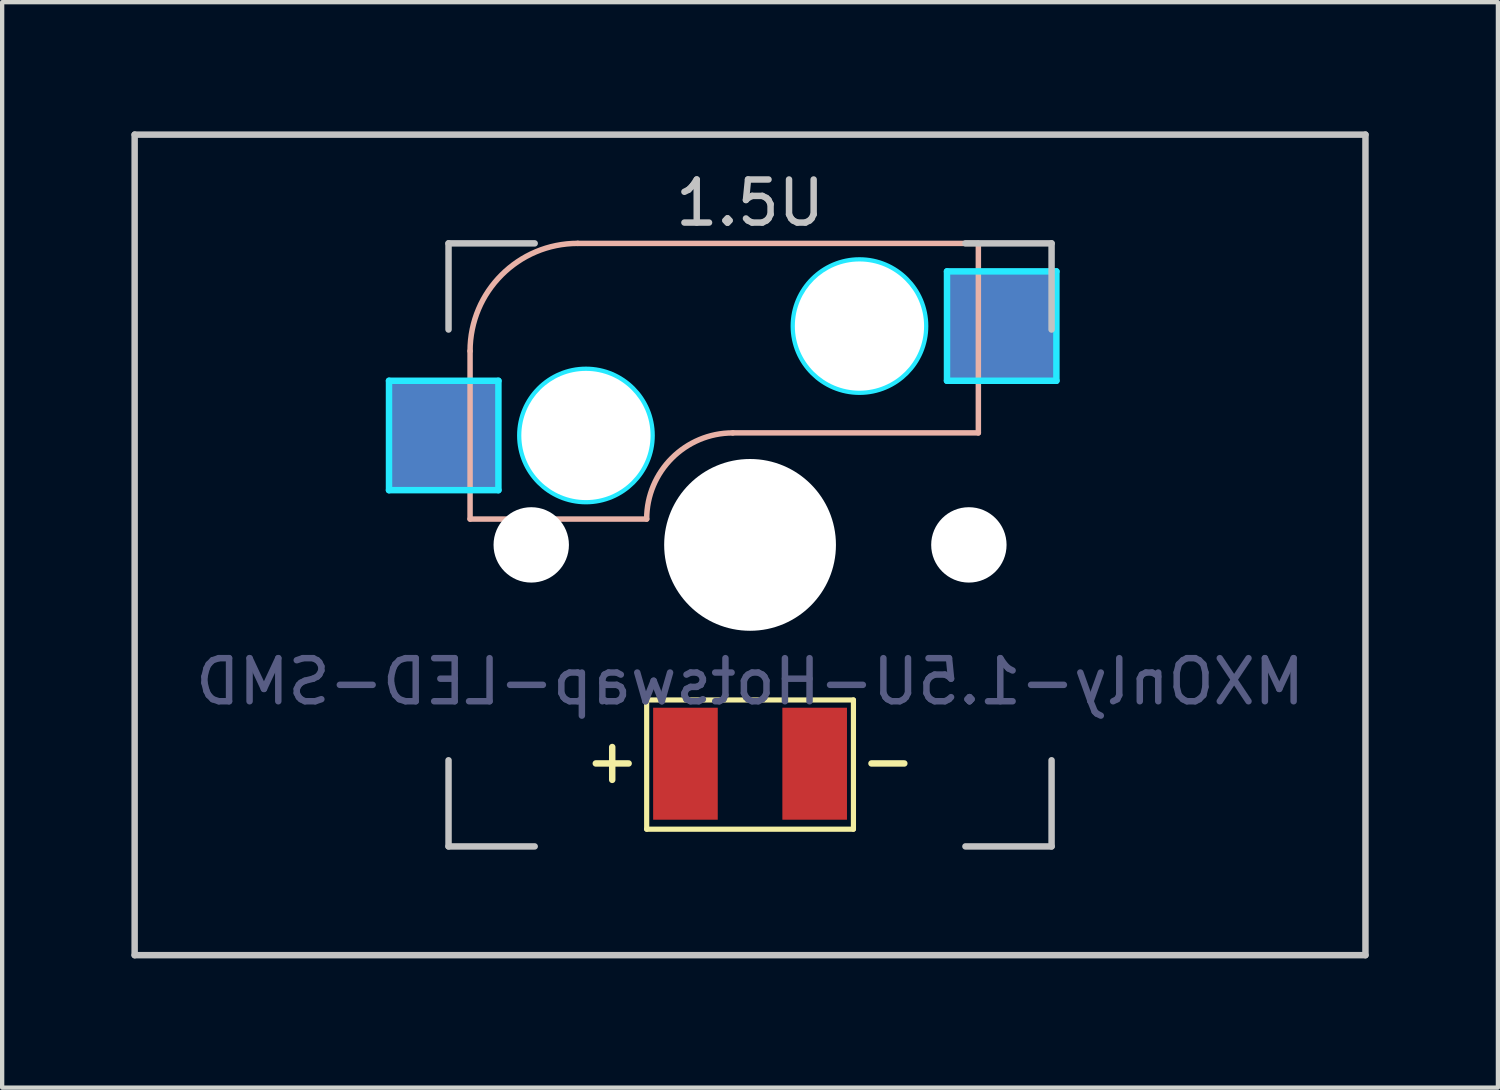
<source format=kicad_pcb>
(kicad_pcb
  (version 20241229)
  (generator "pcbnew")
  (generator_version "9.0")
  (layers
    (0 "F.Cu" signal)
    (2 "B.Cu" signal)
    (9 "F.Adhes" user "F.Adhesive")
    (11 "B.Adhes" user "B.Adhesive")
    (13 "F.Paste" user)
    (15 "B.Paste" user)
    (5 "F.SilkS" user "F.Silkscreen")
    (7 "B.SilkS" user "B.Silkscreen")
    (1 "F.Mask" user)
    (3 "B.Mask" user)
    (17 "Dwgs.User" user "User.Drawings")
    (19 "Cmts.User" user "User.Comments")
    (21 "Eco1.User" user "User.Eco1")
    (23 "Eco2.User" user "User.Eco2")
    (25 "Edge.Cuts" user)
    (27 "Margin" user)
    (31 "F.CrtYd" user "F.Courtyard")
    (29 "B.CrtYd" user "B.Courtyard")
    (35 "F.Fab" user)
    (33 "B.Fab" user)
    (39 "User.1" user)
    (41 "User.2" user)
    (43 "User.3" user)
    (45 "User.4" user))
  (footprint "MXOnly-1.5U-Hotswap-LED-SMD"
    (layer "F.Cu")
    (at 14.363 9.6)
    (property "Reference" "MXOnly-1.5U-Hotswap-LED-SMD" (at 0 3.175 0) (layer "B.Fab") (effects (font (size 1 1) (thickness 0.15)) (justify mirror)))
    (attr smd)
    (fp_line (start -2.4 3.6) (end -2.4 6.6) (stroke (width 0.12) (type solid)) (layer "F.SilkS"))
    (fp_line (start -2.4 6.6) (end 2.4 6.6) (stroke (width 0.12) (type solid)) (layer "F.SilkS"))
    (fp_line (start 2.4 3.6) (end -2.4 3.6) (stroke (width 0.12) (type solid)) (layer "F.SilkS"))
    (fp_line (start 2.4 6.6) (end 2.4 3.6) (stroke (width 0.12) (type solid)) (layer "F.SilkS"))
    (fp_line (start -6.5 -4.5) (end -6.5 -0.6) (stroke (width 0.127) (type solid)) (layer "B.SilkS"))
    (fp_line (start -6.5 -0.6) (end -2.4 -0.6) (stroke (width 0.127) (type solid)) (layer "B.SilkS"))
    (fp_line (start -0.4 -2.6) (end 5.3 -2.6) (stroke (width 0.127) (type solid)) (layer "B.SilkS"))
    (fp_line (start 5.3 -7) (end -4 -7) (stroke (width 0.127) (type solid)) (layer "B.SilkS"))
    (fp_line (start 5.3 -7) (end 5.3 -2.6) (stroke (width 0.127) (type solid)) (layer "B.SilkS"))
    (fp_arc (start -6.5 -4.5) (mid -5.767767 -6.267767) (end -4 -7) (stroke (width 0.127) (type solid)) (layer "B.SilkS"))
    (fp_arc (start -2.4 -0.6) (mid -1.814214 -2.014214) (end -0.4 -2.6) (stroke (width 0.127) (type solid)) (layer "B.SilkS"))
    (fp_line (start -14.287 -9.525) (end 14.287 -9.525) (stroke (width 0.15) (type solid)) (layer "Dwgs.User"))
    (fp_line (start -14.287 9.525) (end -14.287 -9.525) (stroke (width 0.15) (type solid)) (layer "Dwgs.User"))
    (fp_line (start -7 -7) (end -7 -5) (stroke (width 0.15) (type solid)) (layer "Dwgs.User"))
    (fp_line (start -7 5) (end -7 7) (stroke (width 0.15) (type solid)) (layer "Dwgs.User"))
    (fp_line (start -7 7) (end -5 7) (stroke (width 0.15) (type solid)) (layer "Dwgs.User"))
    (fp_line (start -5 -7) (end -7 -7) (stroke (width 0.15) (type solid)) (layer "Dwgs.User"))
    (fp_line (start 5 -7) (end 7 -7) (stroke (width 0.15) (type solid)) (layer "Dwgs.User"))
    (fp_line (start 5 7) (end 7 7) (stroke (width 0.15) (type solid)) (layer "Dwgs.User"))
    (fp_line (start 7 -7) (end 7 -5) (stroke (width 0.15) (type solid)) (layer "Dwgs.User"))
    (fp_line (start 7 7) (end 7 5) (stroke (width 0.15) (type solid)) (layer "Dwgs.User"))
    (fp_line (start 14.287 -9.525) (end 14.287 9.525) (stroke (width 0.15) (type solid)) (layer "Dwgs.User"))
    (fp_line (start 14.287 9.525) (end -14.287 9.525) (stroke (width 0.15) (type solid)) (layer "Dwgs.User"))
    (fp_line (start -8.382 -3.81) (end -5.842 -3.81) (stroke (width 0.15) (type solid)) (layer "B.CrtYd"))
    (fp_line (start -8.382 -1.27) (end -8.382 -3.81) (stroke (width 0.15) (type solid)) (layer "B.CrtYd"))
    (fp_line (start -5.842 -3.81) (end -5.842 -1.27) (stroke (width 0.15) (type solid)) (layer "B.CrtYd"))
    (fp_line (start -5.842 -1.27) (end -8.382 -1.27) (stroke (width 0.15) (type solid)) (layer "B.CrtYd"))
    (fp_line (start 4.572 -6.35) (end 7.112 -6.35) (stroke (width 0.15) (type solid)) (layer "B.CrtYd"))
    (fp_line (start 4.572 -3.81) (end 4.572 -6.35) (stroke (width 0.15) (type solid)) (layer "B.CrtYd"))
    (fp_line (start 7.112 -6.35) (end 7.112 -3.81) (stroke (width 0.15) (type solid)) (layer "B.CrtYd"))
    (fp_line (start 7.112 -3.81) (end 4.572 -3.81) (stroke (width 0.15) (type solid)) (layer "B.CrtYd"))
    (fp_circle (center -3.81 -2.54) (end -3.81 -4.064) (stroke (width 0.15) (type solid)) (fill no) (layer "B.CrtYd"))
    (fp_circle (center 2.54 -5.08) (end 2.54 -6.604) (stroke (width 0.15) (type solid)) (fill no) (layer "B.CrtYd"))
    (fp_text user "+" (at -3.2 5 0) (layer "F.SilkS") (effects (font (size 1 1) (thickness 0.15))))
    (fp_text user "-" (at 3.2 5 0) (layer "F.SilkS") (effects (font (size 1 1) (thickness 0.15))))
    (fp_text user "1.5U" (at 0 -7.938 0) (layer "Dwgs.User") (effects (font (size 1 1) (thickness 0.15))))
    (pad "" np_thru_hole circle (at -5.08 0 48.1) (size 1.75 1.75) (drill 1.75) (layers "*.Cu" "*.Mask"))
    (pad "" np_thru_hole circle (at -3.81 -2.54) (size 3 3) (drill 3) (layers "*.Cu" "*.Mask"))
    (pad "" np_thru_hole circle (at 0 0) (size 3.988 3.988) (drill 3.988) (layers "*.Cu" "*.Mask"))
    (pad "" np_thru_hole circle (at 2.54 -5.08) (size 3 3) (drill 3) (layers "*.Cu" "*.Mask"))
    (pad "" np_thru_hole circle (at 5.08 0 48.1) (size 1.75 1.75) (drill 1.75) (layers "*.Cu" "*.Mask"))
    (pad "1" smd rect (at -7.085 -2.54) (size 2.55 2.5) (layers "B.Cu" "B.Mask" "B.Paste"))
    (pad "2" smd rect (at 5.842 -5.08) (size 2.55 2.5) (layers "B.Cu" "B.Mask" "B.Paste"))
    (pad "3" smd rect (at -1.5 5.08) (size 1.5 2.6) (layers "F.Cu" "F.Mask" "F.Paste"))
    (pad "4" smd rect (at 1.5 5.08) (size 1.5 2.6) (layers "F.Cu" "F.Mask" "F.Paste")))
  (gr_rect
    (start -3 -3)
    (end 31.725 22.2)
    (stroke (width 0.1) (type default))
    (fill no)
    (layer "Edge.Cuts")))
</source>
